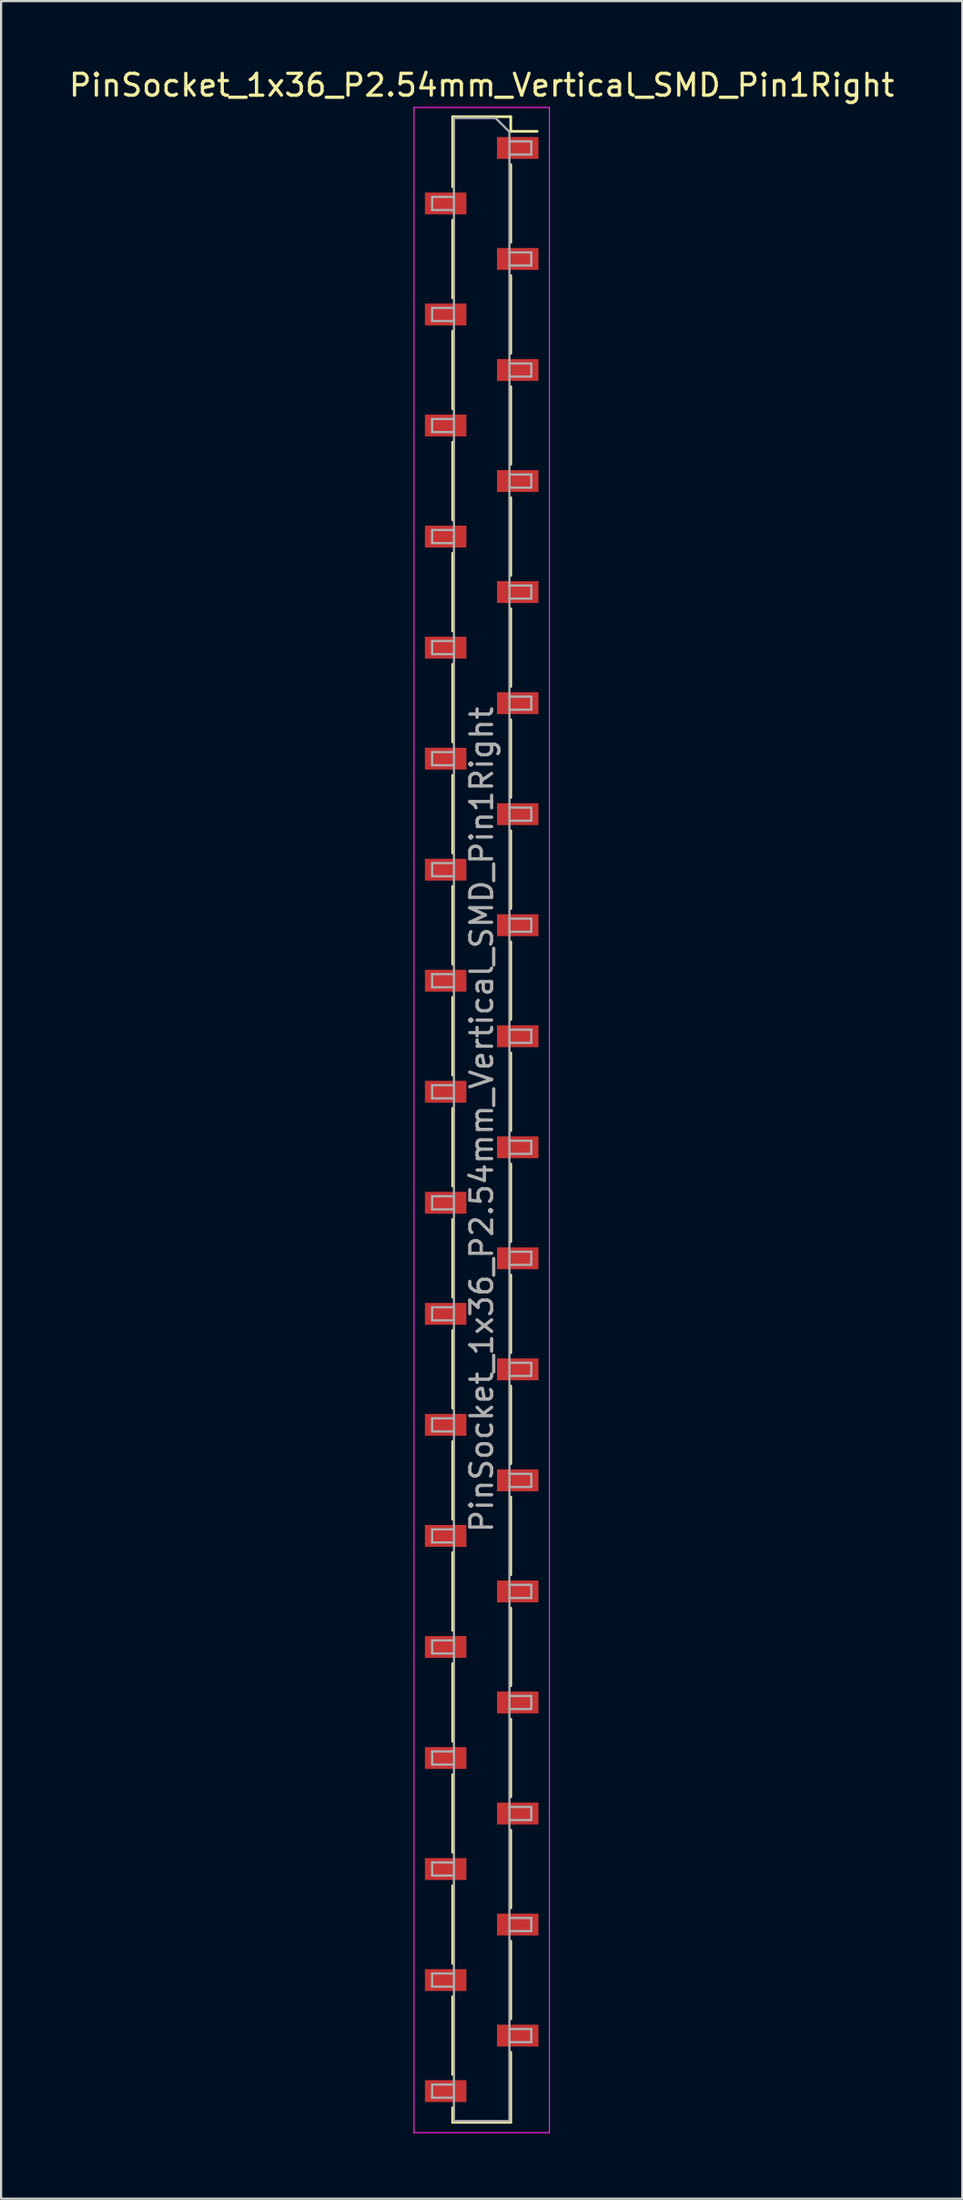
<source format=kicad_pcb>
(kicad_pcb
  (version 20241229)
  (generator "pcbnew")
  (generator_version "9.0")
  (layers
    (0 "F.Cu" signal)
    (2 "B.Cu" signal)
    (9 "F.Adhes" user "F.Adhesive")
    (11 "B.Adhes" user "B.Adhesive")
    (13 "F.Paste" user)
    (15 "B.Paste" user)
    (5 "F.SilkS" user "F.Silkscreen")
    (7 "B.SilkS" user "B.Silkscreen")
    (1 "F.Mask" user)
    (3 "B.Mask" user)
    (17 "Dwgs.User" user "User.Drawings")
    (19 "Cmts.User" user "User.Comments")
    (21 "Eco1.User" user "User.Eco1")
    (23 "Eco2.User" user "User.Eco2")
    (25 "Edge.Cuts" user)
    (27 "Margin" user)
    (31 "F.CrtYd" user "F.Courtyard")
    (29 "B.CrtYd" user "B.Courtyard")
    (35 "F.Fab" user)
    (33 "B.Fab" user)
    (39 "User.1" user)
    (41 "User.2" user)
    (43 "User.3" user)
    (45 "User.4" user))
  (footprint "PinSocket_1x36_P2.54mm_Vertical_SMD_Pin1Right"
    (layer "F.Cu")
    (at 19.006 48.168)
    (property "Reference" "PinSocket_1x36_P2.54mm_Vertical_SMD_Pin1Right" (at 0 -47.32 0) (layer "F.SilkS") (effects (font (size 1 1) (thickness 0.15))))
    (attr smd)
    (fp_line (start -1.33 -45.88) (end -1.33 -42.67) (stroke (width 0.12) (type solid)) (layer "F.SilkS"))
    (fp_line (start -1.33 -45.88) (end 1.33 -45.88) (stroke (width 0.12) (type solid)) (layer "F.SilkS"))
    (fp_line (start -1.33 -41.15) (end -1.33 -37.59) (stroke (width 0.12) (type solid)) (layer "F.SilkS"))
    (fp_line (start -1.33 -36.07) (end -1.33 -32.51) (stroke (width 0.12) (type solid)) (layer "F.SilkS"))
    (fp_line (start -1.33 -30.99) (end -1.33 -27.43) (stroke (width 0.12) (type solid)) (layer "F.SilkS"))
    (fp_line (start -1.33 -25.91) (end -1.33 -22.35) (stroke (width 0.12) (type solid)) (layer "F.SilkS"))
    (fp_line (start -1.33 -20.83) (end -1.33 -17.27) (stroke (width 0.12) (type solid)) (layer "F.SilkS"))
    (fp_line (start -1.33 -15.75) (end -1.33 -12.19) (stroke (width 0.12) (type solid)) (layer "F.SilkS"))
    (fp_line (start -1.33 -10.67) (end -1.33 -7.11) (stroke (width 0.12) (type solid)) (layer "F.SilkS"))
    (fp_line (start -1.33 -5.59) (end -1.33 -2.03) (stroke (width 0.12) (type solid)) (layer "F.SilkS"))
    (fp_line (start -1.33 -0.51) (end -1.33 3.05) (stroke (width 0.12) (type solid)) (layer "F.SilkS"))
    (fp_line (start -1.33 4.57) (end -1.33 8.13) (stroke (width 0.12) (type solid)) (layer "F.SilkS"))
    (fp_line (start -1.33 9.65) (end -1.33 13.21) (stroke (width 0.12) (type solid)) (layer "F.SilkS"))
    (fp_line (start -1.33 14.73) (end -1.33 18.29) (stroke (width 0.12) (type solid)) (layer "F.SilkS"))
    (fp_line (start -1.33 19.81) (end -1.33 23.37) (stroke (width 0.12) (type solid)) (layer "F.SilkS"))
    (fp_line (start -1.33 24.89) (end -1.33 28.45) (stroke (width 0.12) (type solid)) (layer "F.SilkS"))
    (fp_line (start -1.33 29.97) (end -1.33 33.53) (stroke (width 0.12) (type solid)) (layer "F.SilkS"))
    (fp_line (start -1.33 35.05) (end -1.33 38.61) (stroke (width 0.12) (type solid)) (layer "F.SilkS"))
    (fp_line (start -1.33 40.13) (end -1.33 43.69) (stroke (width 0.12) (type solid)) (layer "F.SilkS"))
    (fp_line (start -1.33 45.21) (end -1.33 45.88) (stroke (width 0.12) (type solid)) (layer "F.SilkS"))
    (fp_line (start -1.33 45.88) (end 1.33 45.88) (stroke (width 0.12) (type solid)) (layer "F.SilkS"))
    (fp_line (start 1.33 -45.88) (end 1.33 -45.21) (stroke (width 0.12) (type solid)) (layer "F.SilkS"))
    (fp_line (start 1.33 -45.21) (end 2.54 -45.21) (stroke (width 0.12) (type solid)) (layer "F.SilkS"))
    (fp_line (start 1.33 -43.69) (end 1.33 -40.13) (stroke (width 0.12) (type solid)) (layer "F.SilkS"))
    (fp_line (start 1.33 -38.61) (end 1.33 -35.05) (stroke (width 0.12) (type solid)) (layer "F.SilkS"))
    (fp_line (start 1.33 -33.53) (end 1.33 -29.97) (stroke (width 0.12) (type solid)) (layer "F.SilkS"))
    (fp_line (start 1.33 -28.45) (end 1.33 -24.89) (stroke (width 0.12) (type solid)) (layer "F.SilkS"))
    (fp_line (start 1.33 -23.37) (end 1.33 -19.81) (stroke (width 0.12) (type solid)) (layer "F.SilkS"))
    (fp_line (start 1.33 -18.29) (end 1.33 -14.73) (stroke (width 0.12) (type solid)) (layer "F.SilkS"))
    (fp_line (start 1.33 -13.21) (end 1.33 -9.65) (stroke (width 0.12) (type solid)) (layer "F.SilkS"))
    (fp_line (start 1.33 -8.13) (end 1.33 -4.57) (stroke (width 0.12) (type solid)) (layer "F.SilkS"))
    (fp_line (start 1.33 -3.05) (end 1.33 0.51) (stroke (width 0.12) (type solid)) (layer "F.SilkS"))
    (fp_line (start 1.33 2.03) (end 1.33 5.59) (stroke (width 0.12) (type solid)) (layer "F.SilkS"))
    (fp_line (start 1.33 7.11) (end 1.33 10.67) (stroke (width 0.12) (type solid)) (layer "F.SilkS"))
    (fp_line (start 1.33 12.19) (end 1.33 15.75) (stroke (width 0.12) (type solid)) (layer "F.SilkS"))
    (fp_line (start 1.33 17.27) (end 1.33 20.83) (stroke (width 0.12) (type solid)) (layer "F.SilkS"))
    (fp_line (start 1.33 22.35) (end 1.33 25.91) (stroke (width 0.12) (type solid)) (layer "F.SilkS"))
    (fp_line (start 1.33 27.43) (end 1.33 30.99) (stroke (width 0.12) (type solid)) (layer "F.SilkS"))
    (fp_line (start 1.33 32.51) (end 1.33 36.07) (stroke (width 0.12) (type solid)) (layer "F.SilkS"))
    (fp_line (start 1.33 37.59) (end 1.33 41.15) (stroke (width 0.12) (type solid)) (layer "F.SilkS"))
    (fp_line (start 1.33 42.67) (end 1.33 45.88) (stroke (width 0.12) (type solid)) (layer "F.SilkS"))
    (fp_line (start -3.1 -46.3) (end 3.1 -46.3) (stroke (width 0.05) (type solid)) (layer "F.CrtYd"))
    (fp_line (start -3.1 46.35) (end -3.1 -46.3) (stroke (width 0.05) (type solid)) (layer "F.CrtYd"))
    (fp_line (start 3.1 -46.3) (end 3.1 46.35) (stroke (width 0.05) (type solid)) (layer "F.CrtYd"))
    (fp_line (start 3.1 46.35) (end -3.1 46.35) (stroke (width 0.05) (type solid)) (layer "F.CrtYd"))
    (fp_line (start -2.27 -42.21) (end -1.27 -42.21) (stroke (width 0.1) (type solid)) (layer "F.Fab"))
    (fp_line (start -2.27 -41.61) (end -2.27 -42.21) (stroke (width 0.1) (type solid)) (layer "F.Fab"))
    (fp_line (start -2.27 -37.13) (end -1.27 -37.13) (stroke (width 0.1) (type solid)) (layer "F.Fab"))
    (fp_line (start -2.27 -36.53) (end -2.27 -37.13) (stroke (width 0.1) (type solid)) (layer "F.Fab"))
    (fp_line (start -2.27 -32.05) (end -1.27 -32.05) (stroke (width 0.1) (type solid)) (layer "F.Fab"))
    (fp_line (start -2.27 -31.45) (end -2.27 -32.05) (stroke (width 0.1) (type solid)) (layer "F.Fab"))
    (fp_line (start -2.27 -26.97) (end -1.27 -26.97) (stroke (width 0.1) (type solid)) (layer "F.Fab"))
    (fp_line (start -2.27 -26.37) (end -2.27 -26.97) (stroke (width 0.1) (type solid)) (layer "F.Fab"))
    (fp_line (start -2.27 -21.89) (end -1.27 -21.89) (stroke (width 0.1) (type solid)) (layer "F.Fab"))
    (fp_line (start -2.27 -21.29) (end -2.27 -21.89) (stroke (width 0.1) (type solid)) (layer "F.Fab"))
    (fp_line (start -2.27 -16.81) (end -1.27 -16.81) (stroke (width 0.1) (type solid)) (layer "F.Fab"))
    (fp_line (start -2.27 -16.21) (end -2.27 -16.81) (stroke (width 0.1) (type solid)) (layer "F.Fab"))
    (fp_line (start -2.27 -11.73) (end -1.27 -11.73) (stroke (width 0.1) (type solid)) (layer "F.Fab"))
    (fp_line (start -2.27 -11.13) (end -2.27 -11.73) (stroke (width 0.1) (type solid)) (layer "F.Fab"))
    (fp_line (start -2.27 -6.65) (end -1.27 -6.65) (stroke (width 0.1) (type solid)) (layer "F.Fab"))
    (fp_line (start -2.27 -6.05) (end -2.27 -6.65) (stroke (width 0.1) (type solid)) (layer "F.Fab"))
    (fp_line (start -2.27 -1.57) (end -1.27 -1.57) (stroke (width 0.1) (type solid)) (layer "F.Fab"))
    (fp_line (start -2.27 -0.97) (end -2.27 -1.57) (stroke (width 0.1) (type solid)) (layer "F.Fab"))
    (fp_line (start -2.27 3.51) (end -1.27 3.51) (stroke (width 0.1) (type solid)) (layer "F.Fab"))
    (fp_line (start -2.27 4.11) (end -2.27 3.51) (stroke (width 0.1) (type solid)) (layer "F.Fab"))
    (fp_line (start -2.27 8.59) (end -1.27 8.59) (stroke (width 0.1) (type solid)) (layer "F.Fab"))
    (fp_line (start -2.27 9.19) (end -2.27 8.59) (stroke (width 0.1) (type solid)) (layer "F.Fab"))
    (fp_line (start -2.27 13.67) (end -1.27 13.67) (stroke (width 0.1) (type solid)) (layer "F.Fab"))
    (fp_line (start -2.27 14.27) (end -2.27 13.67) (stroke (width 0.1) (type solid)) (layer "F.Fab"))
    (fp_line (start -2.27 18.75) (end -1.27 18.75) (stroke (width 0.1) (type solid)) (layer "F.Fab"))
    (fp_line (start -2.27 19.35) (end -2.27 18.75) (stroke (width 0.1) (type solid)) (layer "F.Fab"))
    (fp_line (start -2.27 23.83) (end -1.27 23.83) (stroke (width 0.1) (type solid)) (layer "F.Fab"))
    (fp_line (start -2.27 24.43) (end -2.27 23.83) (stroke (width 0.1) (type solid)) (layer "F.Fab"))
    (fp_line (start -2.27 28.91) (end -1.27 28.91) (stroke (width 0.1) (type solid)) (layer "F.Fab"))
    (fp_line (start -2.27 29.51) (end -2.27 28.91) (stroke (width 0.1) (type solid)) (layer "F.Fab"))
    (fp_line (start -2.27 33.99) (end -1.27 33.99) (stroke (width 0.1) (type solid)) (layer "F.Fab"))
    (fp_line (start -2.27 34.59) (end -2.27 33.99) (stroke (width 0.1) (type solid)) (layer "F.Fab"))
    (fp_line (start -2.27 39.07) (end -1.27 39.07) (stroke (width 0.1) (type solid)) (layer "F.Fab"))
    (fp_line (start -2.27 39.67) (end -2.27 39.07) (stroke (width 0.1) (type solid)) (layer "F.Fab"))
    (fp_line (start -2.27 44.15) (end -1.27 44.15) (stroke (width 0.1) (type solid)) (layer "F.Fab"))
    (fp_line (start -2.27 44.75) (end -2.27 44.15) (stroke (width 0.1) (type solid)) (layer "F.Fab"))
    (fp_line (start -1.27 -45.82) (end 0.635 -45.82) (stroke (width 0.1) (type solid)) (layer "F.Fab"))
    (fp_line (start -1.27 -41.61) (end -2.27 -41.61) (stroke (width 0.1) (type solid)) (layer "F.Fab"))
    (fp_line (start -1.27 -36.53) (end -2.27 -36.53) (stroke (width 0.1) (type solid)) (layer "F.Fab"))
    (fp_line (start -1.27 -31.45) (end -2.27 -31.45) (stroke (width 0.1) (type solid)) (layer "F.Fab"))
    (fp_line (start -1.27 -26.37) (end -2.27 -26.37) (stroke (width 0.1) (type solid)) (layer "F.Fab"))
    (fp_line (start -1.27 -21.29) (end -2.27 -21.29) (stroke (width 0.1) (type solid)) (layer "F.Fab"))
    (fp_line (start -1.27 -16.21) (end -2.27 -16.21) (stroke (width 0.1) (type solid)) (layer "F.Fab"))
    (fp_line (start -1.27 -11.13) (end -2.27 -11.13) (stroke (width 0.1) (type solid)) (layer "F.Fab"))
    (fp_line (start -1.27 -6.05) (end -2.27 -6.05) (stroke (width 0.1) (type solid)) (layer "F.Fab"))
    (fp_line (start -1.27 -0.97) (end -2.27 -0.97) (stroke (width 0.1) (type solid)) (layer "F.Fab"))
    (fp_line (start -1.27 4.11) (end -2.27 4.11) (stroke (width 0.1) (type solid)) (layer "F.Fab"))
    (fp_line (start -1.27 9.19) (end -2.27 9.19) (stroke (width 0.1) (type solid)) (layer "F.Fab"))
    (fp_line (start -1.27 14.27) (end -2.27 14.27) (stroke (width 0.1) (type solid)) (layer "F.Fab"))
    (fp_line (start -1.27 19.35) (end -2.27 19.35) (stroke (width 0.1) (type solid)) (layer "F.Fab"))
    (fp_line (start -1.27 24.43) (end -2.27 24.43) (stroke (width 0.1) (type solid)) (layer "F.Fab"))
    (fp_line (start -1.27 29.51) (end -2.27 29.51) (stroke (width 0.1) (type solid)) (layer "F.Fab"))
    (fp_line (start -1.27 34.59) (end -2.27 34.59) (stroke (width 0.1) (type solid)) (layer "F.Fab"))
    (fp_line (start -1.27 39.67) (end -2.27 39.67) (stroke (width 0.1) (type solid)) (layer "F.Fab"))
    (fp_line (start -1.27 44.75) (end -2.27 44.75) (stroke (width 0.1) (type solid)) (layer "F.Fab"))
    (fp_line (start -1.27 45.82) (end -1.27 -45.82) (stroke (width 0.1) (type solid)) (layer "F.Fab"))
    (fp_line (start 0.635 -45.82) (end 1.27 -45.185) (stroke (width 0.1) (type solid)) (layer "F.Fab"))
    (fp_line (start 1.27 -45.185) (end 1.27 45.82) (stroke (width 0.1) (type solid)) (layer "F.Fab"))
    (fp_line (start 1.27 -44.75) (end 2.27 -44.75) (stroke (width 0.1) (type solid)) (layer "F.Fab"))
    (fp_line (start 1.27 -39.67) (end 2.27 -39.67) (stroke (width 0.1) (type solid)) (layer "F.Fab"))
    (fp_line (start 1.27 -34.59) (end 2.27 -34.59) (stroke (width 0.1) (type solid)) (layer "F.Fab"))
    (fp_line (start 1.27 -29.51) (end 2.27 -29.51) (stroke (width 0.1) (type solid)) (layer "F.Fab"))
    (fp_line (start 1.27 -24.43) (end 2.27 -24.43) (stroke (width 0.1) (type solid)) (layer "F.Fab"))
    (fp_line (start 1.27 -19.35) (end 2.27 -19.35) (stroke (width 0.1) (type solid)) (layer "F.Fab"))
    (fp_line (start 1.27 -14.27) (end 2.27 -14.27) (stroke (width 0.1) (type solid)) (layer "F.Fab"))
    (fp_line (start 1.27 -9.19) (end 2.27 -9.19) (stroke (width 0.1) (type solid)) (layer "F.Fab"))
    (fp_line (start 1.27 -4.11) (end 2.27 -4.11) (stroke (width 0.1) (type solid)) (layer "F.Fab"))
    (fp_line (start 1.27 0.97) (end 2.27 0.97) (stroke (width 0.1) (type solid)) (layer "F.Fab"))
    (fp_line (start 1.27 6.05) (end 2.27 6.05) (stroke (width 0.1) (type solid)) (layer "F.Fab"))
    (fp_line (start 1.27 11.13) (end 2.27 11.13) (stroke (width 0.1) (type solid)) (layer "F.Fab"))
    (fp_line (start 1.27 16.21) (end 2.27 16.21) (stroke (width 0.1) (type solid)) (layer "F.Fab"))
    (fp_line (start 1.27 21.29) (end 2.27 21.29) (stroke (width 0.1) (type solid)) (layer "F.Fab"))
    (fp_line (start 1.27 26.37) (end 2.27 26.37) (stroke (width 0.1) (type solid)) (layer "F.Fab"))
    (fp_line (start 1.27 31.45) (end 2.27 31.45) (stroke (width 0.1) (type solid)) (layer "F.Fab"))
    (fp_line (start 1.27 36.53) (end 2.27 36.53) (stroke (width 0.1) (type solid)) (layer "F.Fab"))
    (fp_line (start 1.27 41.61) (end 2.27 41.61) (stroke (width 0.1) (type solid)) (layer "F.Fab"))
    (fp_line (start 1.27 45.82) (end -1.27 45.82) (stroke (width 0.1) (type solid)) (layer "F.Fab"))
    (fp_line (start 2.27 -44.75) (end 2.27 -44.15) (stroke (width 0.1) (type solid)) (layer "F.Fab"))
    (fp_line (start 2.27 -44.15) (end 1.27 -44.15) (stroke (width 0.1) (type solid)) (layer "F.Fab"))
    (fp_line (start 2.27 -39.67) (end 2.27 -39.07) (stroke (width 0.1) (type solid)) (layer "F.Fab"))
    (fp_line (start 2.27 -39.07) (end 1.27 -39.07) (stroke (width 0.1) (type solid)) (layer "F.Fab"))
    (fp_line (start 2.27 -34.59) (end 2.27 -33.99) (stroke (width 0.1) (type solid)) (layer "F.Fab"))
    (fp_line (start 2.27 -33.99) (end 1.27 -33.99) (stroke (width 0.1) (type solid)) (layer "F.Fab"))
    (fp_line (start 2.27 -29.51) (end 2.27 -28.91) (stroke (width 0.1) (type solid)) (layer "F.Fab"))
    (fp_line (start 2.27 -28.91) (end 1.27 -28.91) (stroke (width 0.1) (type solid)) (layer "F.Fab"))
    (fp_line (start 2.27 -24.43) (end 2.27 -23.83) (stroke (width 0.1) (type solid)) (layer "F.Fab"))
    (fp_line (start 2.27 -23.83) (end 1.27 -23.83) (stroke (width 0.1) (type solid)) (layer "F.Fab"))
    (fp_line (start 2.27 -19.35) (end 2.27 -18.75) (stroke (width 0.1) (type solid)) (layer "F.Fab"))
    (fp_line (start 2.27 -18.75) (end 1.27 -18.75) (stroke (width 0.1) (type solid)) (layer "F.Fab"))
    (fp_line (start 2.27 -14.27) (end 2.27 -13.67) (stroke (width 0.1) (type solid)) (layer "F.Fab"))
    (fp_line (start 2.27 -13.67) (end 1.27 -13.67) (stroke (width 0.1) (type solid)) (layer "F.Fab"))
    (fp_line (start 2.27 -9.19) (end 2.27 -8.59) (stroke (width 0.1) (type solid)) (layer "F.Fab"))
    (fp_line (start 2.27 -8.59) (end 1.27 -8.59) (stroke (width 0.1) (type solid)) (layer "F.Fab"))
    (fp_line (start 2.27 -4.11) (end 2.27 -3.51) (stroke (width 0.1) (type solid)) (layer "F.Fab"))
    (fp_line (start 2.27 -3.51) (end 1.27 -3.51) (stroke (width 0.1) (type solid)) (layer "F.Fab"))
    (fp_line (start 2.27 0.97) (end 2.27 1.57) (stroke (width 0.1) (type solid)) (layer "F.Fab"))
    (fp_line (start 2.27 1.57) (end 1.27 1.57) (stroke (width 0.1) (type solid)) (layer "F.Fab"))
    (fp_line (start 2.27 6.05) (end 2.27 6.65) (stroke (width 0.1) (type solid)) (layer "F.Fab"))
    (fp_line (start 2.27 6.65) (end 1.27 6.65) (stroke (width 0.1) (type solid)) (layer "F.Fab"))
    (fp_line (start 2.27 11.13) (end 2.27 11.73) (stroke (width 0.1) (type solid)) (layer "F.Fab"))
    (fp_line (start 2.27 11.73) (end 1.27 11.73) (stroke (width 0.1) (type solid)) (layer "F.Fab"))
    (fp_line (start 2.27 16.21) (end 2.27 16.81) (stroke (width 0.1) (type solid)) (layer "F.Fab"))
    (fp_line (start 2.27 16.81) (end 1.27 16.81) (stroke (width 0.1) (type solid)) (layer "F.Fab"))
    (fp_line (start 2.27 21.29) (end 2.27 21.89) (stroke (width 0.1) (type solid)) (layer "F.Fab"))
    (fp_line (start 2.27 21.89) (end 1.27 21.89) (stroke (width 0.1) (type solid)) (layer "F.Fab"))
    (fp_line (start 2.27 26.37) (end 2.27 26.97) (stroke (width 0.1) (type solid)) (layer "F.Fab"))
    (fp_line (start 2.27 26.97) (end 1.27 26.97) (stroke (width 0.1) (type solid)) (layer "F.Fab"))
    (fp_line (start 2.27 31.45) (end 2.27 32.05) (stroke (width 0.1) (type solid)) (layer "F.Fab"))
    (fp_line (start 2.27 32.05) (end 1.27 32.05) (stroke (width 0.1) (type solid)) (layer "F.Fab"))
    (fp_line (start 2.27 36.53) (end 2.27 37.13) (stroke (width 0.1) (type solid)) (layer "F.Fab"))
    (fp_line (start 2.27 37.13) (end 1.27 37.13) (stroke (width 0.1) (type solid)) (layer "F.Fab"))
    (fp_line (start 2.27 41.61) (end 2.27 42.21) (stroke (width 0.1) (type solid)) (layer "F.Fab"))
    (fp_line (start 2.27 42.21) (end 1.27 42.21) (stroke (width 0.1) (type solid)) (layer "F.Fab"))
    (fp_text user "${REFERENCE}" (at 0 0 90) (layer "F.Fab") (effects (font (size 1 1) (thickness 0.15))))
    (pad "1" smd rect (at 1.65 -44.45) (size 1.9 1) (layers "F.Cu" "F.Mask" "F.Paste"))
    (pad "2" smd rect (at -1.65 -41.91) (size 1.9 1) (layers "F.Cu" "F.Mask" "F.Paste"))
    (pad "3" smd rect (at 1.65 -39.37) (size 1.9 1) (layers "F.Cu" "F.Mask" "F.Paste"))
    (pad "4" smd rect (at -1.65 -36.83) (size 1.9 1) (layers "F.Cu" "F.Mask" "F.Paste"))
    (pad "5" smd rect (at 1.65 -34.29) (size 1.9 1) (layers "F.Cu" "F.Mask" "F.Paste"))
    (pad "6" smd rect (at -1.65 -31.75) (size 1.9 1) (layers "F.Cu" "F.Mask" "F.Paste"))
    (pad "7" smd rect (at 1.65 -29.21) (size 1.9 1) (layers "F.Cu" "F.Mask" "F.Paste"))
    (pad "8" smd rect (at -1.65 -26.67) (size 1.9 1) (layers "F.Cu" "F.Mask" "F.Paste"))
    (pad "9" smd rect (at 1.65 -24.13) (size 1.9 1) (layers "F.Cu" "F.Mask" "F.Paste"))
    (pad "10" smd rect (at -1.65 -21.59) (size 1.9 1) (layers "F.Cu" "F.Mask" "F.Paste"))
    (pad "11" smd rect (at 1.65 -19.05) (size 1.9 1) (layers "F.Cu" "F.Mask" "F.Paste"))
    (pad "12" smd rect (at -1.65 -16.51) (size 1.9 1) (layers "F.Cu" "F.Mask" "F.Paste"))
    (pad "13" smd rect (at 1.65 -13.97) (size 1.9 1) (layers "F.Cu" "F.Mask" "F.Paste"))
    (pad "14" smd rect (at -1.65 -11.43) (size 1.9 1) (layers "F.Cu" "F.Mask" "F.Paste"))
    (pad "15" smd rect (at 1.65 -8.89) (size 1.9 1) (layers "F.Cu" "F.Mask" "F.Paste"))
    (pad "16" smd rect (at -1.65 -6.35) (size 1.9 1) (layers "F.Cu" "F.Mask" "F.Paste"))
    (pad "17" smd rect (at 1.65 -3.81) (size 1.9 1) (layers "F.Cu" "F.Mask" "F.Paste"))
    (pad "18" smd rect (at -1.65 -1.27) (size 1.9 1) (layers "F.Cu" "F.Mask" "F.Paste"))
    (pad "19" smd rect (at 1.65 1.27) (size 1.9 1) (layers "F.Cu" "F.Mask" "F.Paste"))
    (pad "20" smd rect (at -1.65 3.81) (size 1.9 1) (layers "F.Cu" "F.Mask" "F.Paste"))
    (pad "21" smd rect (at 1.65 6.35) (size 1.9 1) (layers "F.Cu" "F.Mask" "F.Paste"))
    (pad "22" smd rect (at -1.65 8.89) (size 1.9 1) (layers "F.Cu" "F.Mask" "F.Paste"))
    (pad "23" smd rect (at 1.65 11.43) (size 1.9 1) (layers "F.Cu" "F.Mask" "F.Paste"))
    (pad "24" smd rect (at -1.65 13.97) (size 1.9 1) (layers "F.Cu" "F.Mask" "F.Paste"))
    (pad "25" smd rect (at 1.65 16.51) (size 1.9 1) (layers "F.Cu" "F.Mask" "F.Paste"))
    (pad "26" smd rect (at -1.65 19.05) (size 1.9 1) (layers "F.Cu" "F.Mask" "F.Paste"))
    (pad "27" smd rect (at 1.65 21.59) (size 1.9 1) (layers "F.Cu" "F.Mask" "F.Paste"))
    (pad "28" smd rect (at -1.65 24.13) (size 1.9 1) (layers "F.Cu" "F.Mask" "F.Paste"))
    (pad "29" smd rect (at 1.65 26.67) (size 1.9 1) (layers "F.Cu" "F.Mask" "F.Paste"))
    (pad "30" smd rect (at -1.65 29.21) (size 1.9 1) (layers "F.Cu" "F.Mask" "F.Paste"))
    (pad "31" smd rect (at 1.65 31.75) (size 1.9 1) (layers "F.Cu" "F.Mask" "F.Paste"))
    (pad "32" smd rect (at -1.65 34.29) (size 1.9 1) (layers "F.Cu" "F.Mask" "F.Paste"))
    (pad "33" smd rect (at 1.65 36.83) (size 1.9 1) (layers "F.Cu" "F.Mask" "F.Paste"))
    (pad "34" smd rect (at -1.65 39.37) (size 1.9 1) (layers "F.Cu" "F.Mask" "F.Paste"))
    (pad "35" smd rect (at 1.65 41.91) (size 1.9 1) (layers "F.Cu" "F.Mask" "F.Paste"))
    (pad "36" smd rect (at -1.65 44.45) (size 1.9 1) (layers "F.Cu" "F.Mask" "F.Paste")))
  (gr_rect
    (start -3 -3)
    (end 41.012 97.543)
    (stroke (width 0.1) (type default))
    (fill no)
    (layer "Edge.Cuts")))
</source>
